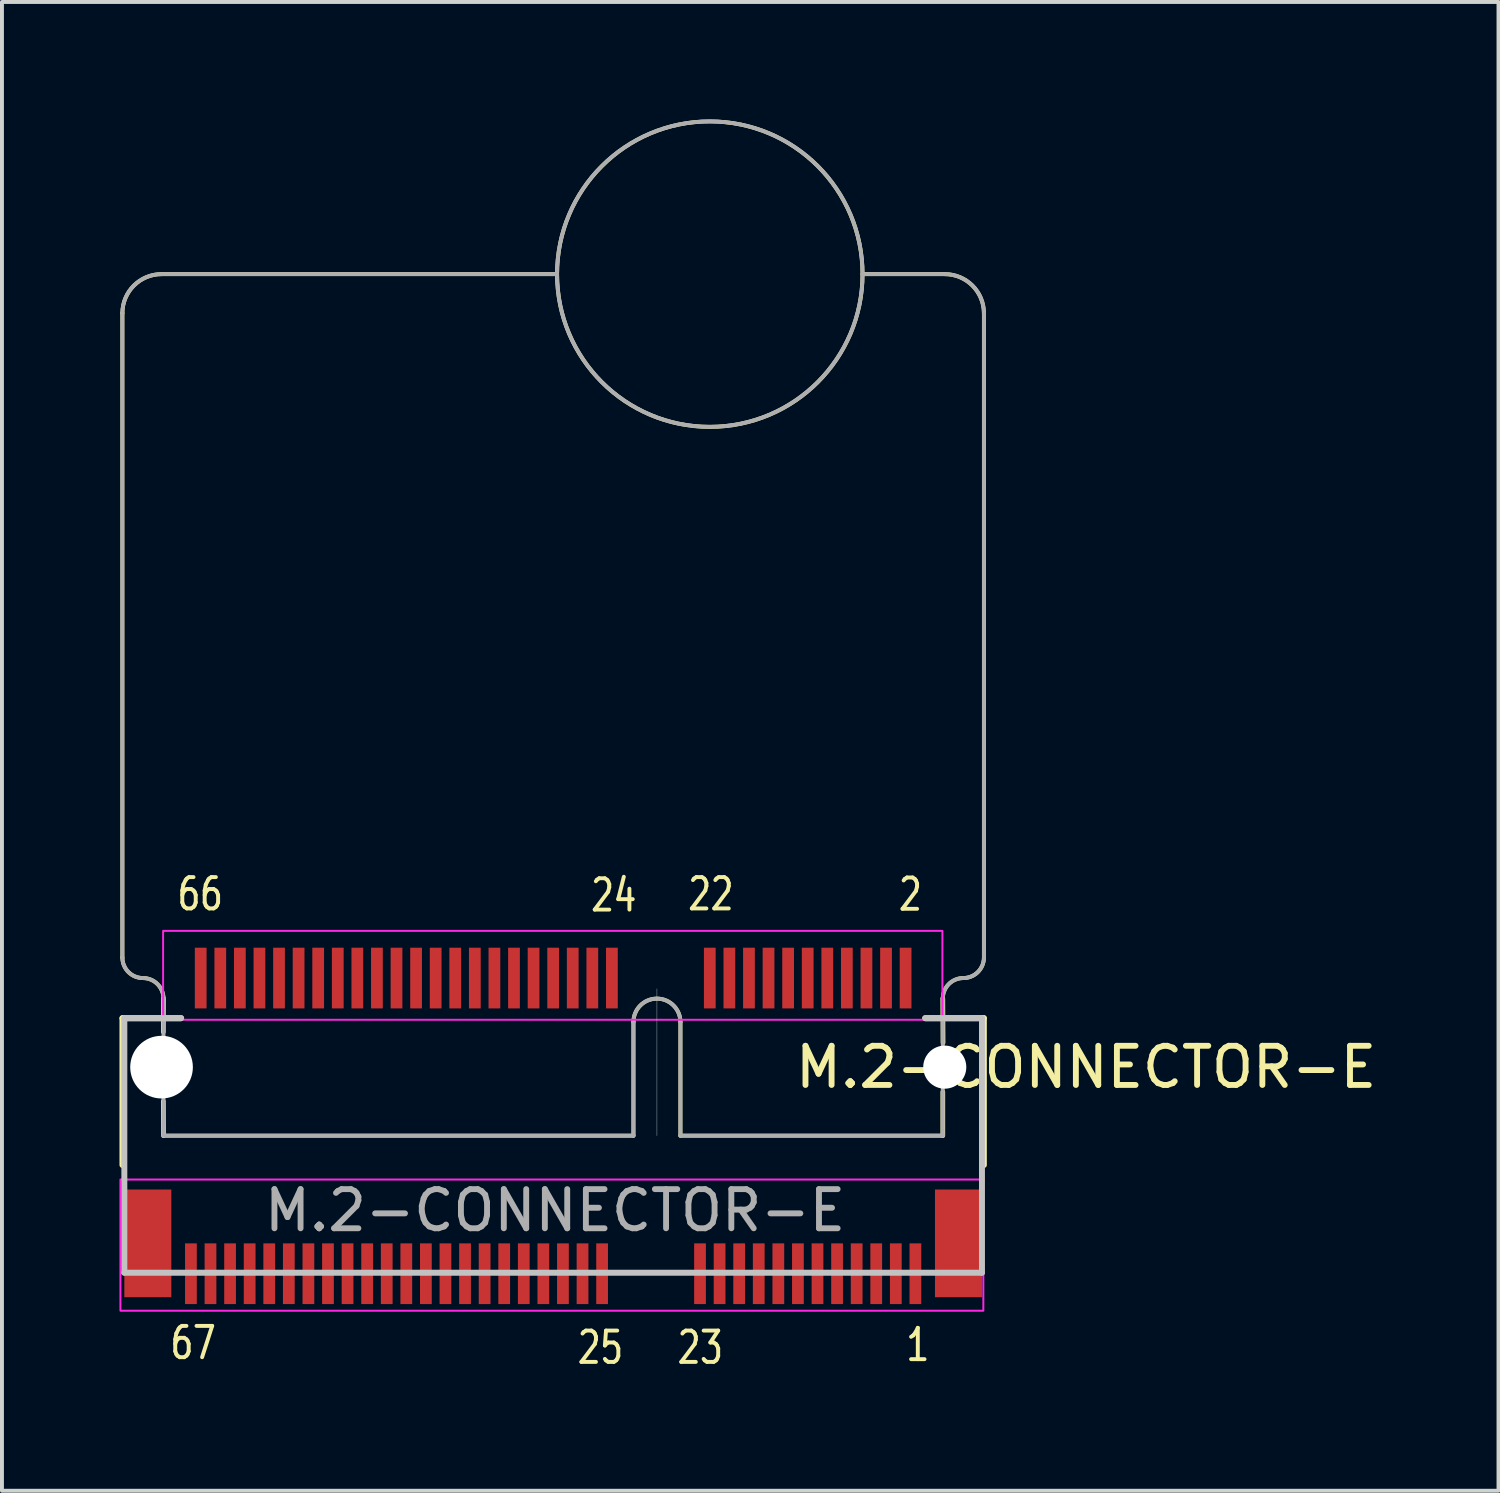
<source format=kicad_pcb>
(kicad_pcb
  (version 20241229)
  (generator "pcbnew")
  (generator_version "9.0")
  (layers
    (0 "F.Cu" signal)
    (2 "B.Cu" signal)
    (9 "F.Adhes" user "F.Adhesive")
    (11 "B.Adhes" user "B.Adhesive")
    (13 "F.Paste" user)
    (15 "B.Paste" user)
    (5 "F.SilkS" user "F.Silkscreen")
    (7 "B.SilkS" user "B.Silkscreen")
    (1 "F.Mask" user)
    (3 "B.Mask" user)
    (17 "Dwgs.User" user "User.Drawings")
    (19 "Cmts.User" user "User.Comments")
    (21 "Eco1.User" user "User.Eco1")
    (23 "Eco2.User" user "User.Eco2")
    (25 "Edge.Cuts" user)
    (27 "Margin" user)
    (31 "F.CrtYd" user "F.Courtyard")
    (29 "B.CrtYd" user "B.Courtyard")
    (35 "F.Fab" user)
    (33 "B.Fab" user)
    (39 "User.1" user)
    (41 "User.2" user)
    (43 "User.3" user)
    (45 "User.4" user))
  (footprint "M.2-CONNECTOR-E"
    (layer "F.Cu")
    (at 11.075 24.2)
    (property "Reference" "M.2-CONNECTOR-E" (at 13.61 0 0) (layer "F.SilkS") (effects (font (size 1 1) (thickness 0.15))))
    (attr smd)
    (fp_line (start -11 -19.25) (end -11 -2.8) (stroke (width 0.1) (type solid)) (layer "F.SilkS"))
    (fp_line (start -10.998 2.499) (end -10.998 -1.25) (stroke (width 0.152) (type solid)) (layer "F.SilkS"))
    (fp_line (start -9.95 -1.75) (end -9.954 -0.898) (stroke (width 0.12) (type default)) (layer "F.SilkS"))
    (fp_line (start -9.95 1.75) (end -9.954 0.868) (stroke (width 0.12) (type default)) (layer "F.SilkS"))
    (fp_line (start -9.5 -1.25) (end -10.998 -1.25) (stroke (width 0.152) (type solid)) (layer "F.SilkS"))
    (fp_line (start 0.1 -20.25) (end -10 -20.25) (stroke (width 0.1) (type solid)) (layer "F.SilkS"))
    (fp_line (start 2.05 -1.15) (end 2.05 1.75) (stroke (width 0.1) (type solid)) (layer "F.SilkS"))
    (fp_line (start 2.05 1.75) (end -9.95 1.75) (stroke (width 0.1) (type solid)) (layer "F.SilkS"))
    (fp_line (start 3.25 -1.15) (end 3.25 1.75) (stroke (width 0.1) (type solid)) (layer "F.SilkS"))
    (fp_line (start 9.95 -1.75) (end 9.956 -0.624) (stroke (width 0.12) (type default)) (layer "F.SilkS"))
    (fp_line (start 9.95 1.75) (end 3.25 1.75) (stroke (width 0.1) (type solid)) (layer "F.SilkS"))
    (fp_line (start 9.95 1.75) (end 9.95 0.632) (stroke (width 0.12) (type default)) (layer "F.SilkS"))
    (fp_line (start 10 -20.25) (end 7.9 -20.25) (stroke (width 0.1) (type solid)) (layer "F.SilkS"))
    (fp_line (start 10.998 -1.25) (end 9.5 -1.25) (stroke (width 0.152) (type solid)) (layer "F.SilkS"))
    (fp_line (start 10.998 2.499) (end 10.998 -1.25) (stroke (width 0.152) (type solid)) (layer "F.SilkS"))
    (fp_line (start 11 -19.25) (end 11 -2.8) (stroke (width 0.1) (type solid)) (layer "F.SilkS"))
    (fp_arc (start -11 -19.25) (mid -10.707105 -19.957104) (end -10 -20.25) (stroke (width 0.1) (type solid)) (layer "F.SilkS"))
    (fp_arc (start -10.475 -2.275) (mid -10.846231 -2.428769) (end -11 -2.8) (stroke (width 0.1) (type solid)) (layer "F.SilkS"))
    (fp_arc (start -10.475 -2.275) (mid -10.103769 -2.121231) (end -9.95 -1.75) (stroke (width 0.1) (type solid)) (layer "F.SilkS"))
    (fp_arc (start 2.05 -1.15) (mid 2.65 -1.75) (end 3.25 -1.15) (stroke (width 0.1) (type solid)) (layer "F.SilkS"))
    (fp_arc (start 9.95 -1.75) (mid 10.103769 -2.121231) (end 10.475 -2.275) (stroke (width 0.1) (type solid)) (layer "F.SilkS"))
    (fp_arc (start 10 -20.25) (mid 10.707106 -19.957107) (end 11 -19.25) (stroke (width 0.1) (type solid)) (layer "F.SilkS"))
    (fp_arc (start 11 -2.8) (mid 10.846232 -2.428768) (end 10.475 -2.275) (stroke (width 0.1) (type solid)) (layer "F.SilkS"))
    (fp_circle (center 4 -20.25) (end 7.9 -20.25) (stroke (width 0.1) (type default)) (fill no) (layer "F.SilkS"))
    (fp_line (start -9.398 4.399) (end -9.098 4.399) (stroke (width 0.066) (type solid)) (layer "F.Paste"))
    (fp_line (start -9.398 6.149) (end -9.398 4.399) (stroke (width 0.066) (type solid)) (layer "F.Paste"))
    (fp_line (start -9.398 6.149) (end -9.098 6.149) (stroke (width 0.066) (type solid)) (layer "F.Paste"))
    (fp_line (start -9.149 -3.15) (end -8.849 -3.15) (stroke (width 0.066) (type solid)) (layer "F.Paste"))
    (fp_line (start -9.149 -1.4) (end -9.149 -3.15) (stroke (width 0.066) (type solid)) (layer "F.Paste"))
    (fp_line (start -9.149 -1.4) (end -8.849 -1.4) (stroke (width 0.066) (type solid)) (layer "F.Paste"))
    (fp_line (start -9.098 6.149) (end -9.098 4.399) (stroke (width 0.066) (type solid)) (layer "F.Paste"))
    (fp_line (start -8.898 4.399) (end -8.598 4.399) (stroke (width 0.066) (type solid)) (layer "F.Paste"))
    (fp_line (start -8.898 6.149) (end -8.898 4.399) (stroke (width 0.066) (type solid)) (layer "F.Paste"))
    (fp_line (start -8.898 6.149) (end -8.598 6.149) (stroke (width 0.066) (type solid)) (layer "F.Paste"))
    (fp_line (start -8.849 -1.4) (end -8.849 -3.15) (stroke (width 0.066) (type solid)) (layer "F.Paste"))
    (fp_line (start -8.649 -3.15) (end -8.349 -3.15) (stroke (width 0.066) (type solid)) (layer "F.Paste"))
    (fp_line (start -8.649 -1.4) (end -8.649 -3.15) (stroke (width 0.066) (type solid)) (layer "F.Paste"))
    (fp_line (start -8.649 -1.4) (end -8.349 -1.4) (stroke (width 0.066) (type solid)) (layer "F.Paste"))
    (fp_line (start -8.598 6.149) (end -8.598 4.399) (stroke (width 0.066) (type solid)) (layer "F.Paste"))
    (fp_line (start -8.4 4.399) (end -8.098 4.399) (stroke (width 0.066) (type solid)) (layer "F.Paste"))
    (fp_line (start -8.4 6.149) (end -8.4 4.399) (stroke (width 0.066) (type solid)) (layer "F.Paste"))
    (fp_line (start -8.4 6.149) (end -8.098 6.149) (stroke (width 0.066) (type solid)) (layer "F.Paste"))
    (fp_line (start -8.349 -1.4) (end -8.349 -3.15) (stroke (width 0.066) (type solid)) (layer "F.Paste"))
    (fp_line (start -8.148 -3.15) (end -7.849 -3.15) (stroke (width 0.066) (type solid)) (layer "F.Paste"))
    (fp_line (start -8.148 -1.4) (end -8.148 -3.15) (stroke (width 0.066) (type solid)) (layer "F.Paste"))
    (fp_line (start -8.148 -1.4) (end -7.849 -1.4) (stroke (width 0.066) (type solid)) (layer "F.Paste"))
    (fp_line (start -8.098 6.149) (end -8.098 4.399) (stroke (width 0.066) (type solid)) (layer "F.Paste"))
    (fp_line (start -7.899 4.399) (end -7.6 4.399) (stroke (width 0.066) (type solid)) (layer "F.Paste"))
    (fp_line (start -7.899 6.149) (end -7.899 4.399) (stroke (width 0.066) (type solid)) (layer "F.Paste"))
    (fp_line (start -7.899 6.149) (end -7.6 6.149) (stroke (width 0.066) (type solid)) (layer "F.Paste"))
    (fp_line (start -7.849 -1.4) (end -7.849 -3.15) (stroke (width 0.066) (type solid)) (layer "F.Paste"))
    (fp_line (start -7.648 -3.15) (end -7.348 -3.15) (stroke (width 0.066) (type solid)) (layer "F.Paste"))
    (fp_line (start -7.648 -1.4) (end -7.648 -3.15) (stroke (width 0.066) (type solid)) (layer "F.Paste"))
    (fp_line (start -7.648 -1.4) (end -7.348 -1.4) (stroke (width 0.066) (type solid)) (layer "F.Paste"))
    (fp_line (start -7.6 6.149) (end -7.6 4.399) (stroke (width 0.066) (type solid)) (layer "F.Paste"))
    (fp_line (start -7.399 4.399) (end -7.099 4.399) (stroke (width 0.066) (type solid)) (layer "F.Paste"))
    (fp_line (start -7.399 6.149) (end -7.399 4.399) (stroke (width 0.066) (type solid)) (layer "F.Paste"))
    (fp_line (start -7.399 6.149) (end -7.099 6.149) (stroke (width 0.066) (type solid)) (layer "F.Paste"))
    (fp_line (start -7.348 -1.4) (end -7.348 -3.15) (stroke (width 0.066) (type solid)) (layer "F.Paste"))
    (fp_line (start -7.148 -3.15) (end -6.848 -3.15) (stroke (width 0.066) (type solid)) (layer "F.Paste"))
    (fp_line (start -7.148 -1.4) (end -7.148 -3.15) (stroke (width 0.066) (type solid)) (layer "F.Paste"))
    (fp_line (start -7.148 -1.4) (end -6.848 -1.4) (stroke (width 0.066) (type solid)) (layer "F.Paste"))
    (fp_line (start -7.099 6.149) (end -7.099 4.399) (stroke (width 0.066) (type solid)) (layer "F.Paste"))
    (fp_line (start -6.899 4.399) (end -6.599 4.399) (stroke (width 0.066) (type solid)) (layer "F.Paste"))
    (fp_line (start -6.899 6.149) (end -6.899 4.399) (stroke (width 0.066) (type solid)) (layer "F.Paste"))
    (fp_line (start -6.899 6.149) (end -6.599 6.149) (stroke (width 0.066) (type solid)) (layer "F.Paste"))
    (fp_line (start -6.848 -1.4) (end -6.848 -3.15) (stroke (width 0.066) (type solid)) (layer "F.Paste"))
    (fp_line (start -6.65 -3.15) (end -6.35 -3.15) (stroke (width 0.066) (type solid)) (layer "F.Paste"))
    (fp_line (start -6.65 -1.4) (end -6.65 -3.15) (stroke (width 0.066) (type solid)) (layer "F.Paste"))
    (fp_line (start -6.65 -1.4) (end -6.35 -1.4) (stroke (width 0.066) (type solid)) (layer "F.Paste"))
    (fp_line (start -6.599 6.149) (end -6.599 4.399) (stroke (width 0.066) (type solid)) (layer "F.Paste"))
    (fp_line (start -6.398 4.399) (end -6.099 4.399) (stroke (width 0.066) (type solid)) (layer "F.Paste"))
    (fp_line (start -6.398 6.149) (end -6.398 4.399) (stroke (width 0.066) (type solid)) (layer "F.Paste"))
    (fp_line (start -6.398 6.149) (end -6.099 6.149) (stroke (width 0.066) (type solid)) (layer "F.Paste"))
    (fp_line (start -6.35 -1.4) (end -6.35 -3.15) (stroke (width 0.066) (type solid)) (layer "F.Paste"))
    (fp_line (start -6.149 -3.15) (end -5.85 -3.15) (stroke (width 0.066) (type solid)) (layer "F.Paste"))
    (fp_line (start -6.149 -1.4) (end -6.149 -3.15) (stroke (width 0.066) (type solid)) (layer "F.Paste"))
    (fp_line (start -6.149 -1.4) (end -5.85 -1.4) (stroke (width 0.066) (type solid)) (layer "F.Paste"))
    (fp_line (start -6.099 6.149) (end -6.099 4.399) (stroke (width 0.066) (type solid)) (layer "F.Paste"))
    (fp_line (start -5.898 4.399) (end -5.598 4.399) (stroke (width 0.066) (type solid)) (layer "F.Paste"))
    (fp_line (start -5.898 6.149) (end -5.898 4.399) (stroke (width 0.066) (type solid)) (layer "F.Paste"))
    (fp_line (start -5.898 6.149) (end -5.598 6.149) (stroke (width 0.066) (type solid)) (layer "F.Paste"))
    (fp_line (start -5.85 -1.4) (end -5.85 -3.15) (stroke (width 0.066) (type solid)) (layer "F.Paste"))
    (fp_line (start -5.649 -3.15) (end -5.349 -3.15) (stroke (width 0.066) (type solid)) (layer "F.Paste"))
    (fp_line (start -5.649 -1.4) (end -5.649 -3.15) (stroke (width 0.066) (type solid)) (layer "F.Paste"))
    (fp_line (start -5.649 -1.4) (end -5.349 -1.4) (stroke (width 0.066) (type solid)) (layer "F.Paste"))
    (fp_line (start -5.598 6.149) (end -5.598 4.399) (stroke (width 0.066) (type solid)) (layer "F.Paste"))
    (fp_line (start -5.397 4.399) (end -5.098 4.399) (stroke (width 0.066) (type solid)) (layer "F.Paste"))
    (fp_line (start -5.397 6.149) (end -5.397 4.399) (stroke (width 0.066) (type solid)) (layer "F.Paste"))
    (fp_line (start -5.397 6.149) (end -5.098 6.149) (stroke (width 0.066) (type solid)) (layer "F.Paste"))
    (fp_line (start -5.349 -1.4) (end -5.349 -3.15) (stroke (width 0.066) (type solid)) (layer "F.Paste"))
    (fp_line (start -5.149 -3.15) (end -4.849 -3.15) (stroke (width 0.066) (type solid)) (layer "F.Paste"))
    (fp_line (start -5.149 -1.4) (end -5.149 -3.15) (stroke (width 0.066) (type solid)) (layer "F.Paste"))
    (fp_line (start -5.149 -1.4) (end -4.849 -1.4) (stroke (width 0.066) (type solid)) (layer "F.Paste"))
    (fp_line (start -5.098 6.149) (end -5.098 4.399) (stroke (width 0.066) (type solid)) (layer "F.Paste"))
    (fp_line (start -4.9 4.399) (end -4.6 4.399) (stroke (width 0.066) (type solid)) (layer "F.Paste"))
    (fp_line (start -4.9 6.149) (end -4.9 4.399) (stroke (width 0.066) (type solid)) (layer "F.Paste"))
    (fp_line (start -4.9 6.149) (end -4.6 6.149) (stroke (width 0.066) (type solid)) (layer "F.Paste"))
    (fp_line (start -4.849 -1.4) (end -4.849 -3.15) (stroke (width 0.066) (type solid)) (layer "F.Paste"))
    (fp_line (start -4.648 -3.15) (end -4.348 -3.15) (stroke (width 0.066) (type solid)) (layer "F.Paste"))
    (fp_line (start -4.648 -1.4) (end -4.648 -3.15) (stroke (width 0.066) (type solid)) (layer "F.Paste"))
    (fp_line (start -4.648 -1.4) (end -4.348 -1.4) (stroke (width 0.066) (type solid)) (layer "F.Paste"))
    (fp_line (start -4.6 6.149) (end -4.6 4.399) (stroke (width 0.066) (type solid)) (layer "F.Paste"))
    (fp_line (start -4.399 4.399) (end -4.1 4.399) (stroke (width 0.066) (type solid)) (layer "F.Paste"))
    (fp_line (start -4.399 6.149) (end -4.399 4.399) (stroke (width 0.066) (type solid)) (layer "F.Paste"))
    (fp_line (start -4.399 6.149) (end -4.1 6.149) (stroke (width 0.066) (type solid)) (layer "F.Paste"))
    (fp_line (start -4.348 -1.4) (end -4.348 -3.15) (stroke (width 0.066) (type solid)) (layer "F.Paste"))
    (fp_line (start -4.148 -3.15) (end -3.848 -3.15) (stroke (width 0.066) (type solid)) (layer "F.Paste"))
    (fp_line (start -4.148 -1.4) (end -4.148 -3.15) (stroke (width 0.066) (type solid)) (layer "F.Paste"))
    (fp_line (start -4.148 -1.4) (end -3.848 -1.4) (stroke (width 0.066) (type solid)) (layer "F.Paste"))
    (fp_line (start -4.1 6.149) (end -4.1 4.399) (stroke (width 0.066) (type solid)) (layer "F.Paste"))
    (fp_line (start -3.899 4.399) (end -3.599 4.399) (stroke (width 0.066) (type solid)) (layer "F.Paste"))
    (fp_line (start -3.899 6.149) (end -3.899 4.399) (stroke (width 0.066) (type solid)) (layer "F.Paste"))
    (fp_line (start -3.899 6.149) (end -3.599 6.149) (stroke (width 0.066) (type solid)) (layer "F.Paste"))
    (fp_line (start -3.848 -1.4) (end -3.848 -3.15) (stroke (width 0.066) (type solid)) (layer "F.Paste"))
    (fp_line (start -3.65 -3.15) (end -3.348 -3.15) (stroke (width 0.066) (type solid)) (layer "F.Paste"))
    (fp_line (start -3.65 -1.4) (end -3.65 -3.15) (stroke (width 0.066) (type solid)) (layer "F.Paste"))
    (fp_line (start -3.65 -1.4) (end -3.348 -1.4) (stroke (width 0.066) (type solid)) (layer "F.Paste"))
    (fp_line (start -3.599 6.149) (end -3.599 4.399) (stroke (width 0.066) (type solid)) (layer "F.Paste"))
    (fp_line (start -3.399 4.399) (end -3.099 4.399) (stroke (width 0.066) (type solid)) (layer "F.Paste"))
    (fp_line (start -3.399 6.149) (end -3.399 4.399) (stroke (width 0.066) (type solid)) (layer "F.Paste"))
    (fp_line (start -3.399 6.149) (end -3.099 6.149) (stroke (width 0.066) (type solid)) (layer "F.Paste"))
    (fp_line (start -3.348 -1.4) (end -3.348 -3.15) (stroke (width 0.066) (type solid)) (layer "F.Paste"))
    (fp_line (start -3.15 -3.15) (end -2.85 -3.15) (stroke (width 0.066) (type solid)) (layer "F.Paste"))
    (fp_line (start -3.15 -1.4) (end -3.15 -3.15) (stroke (width 0.066) (type solid)) (layer "F.Paste"))
    (fp_line (start -3.15 -1.4) (end -2.85 -1.4) (stroke (width 0.066) (type solid)) (layer "F.Paste"))
    (fp_line (start -3.099 6.149) (end -3.099 4.399) (stroke (width 0.066) (type solid)) (layer "F.Paste"))
    (fp_line (start -2.898 4.399) (end -2.598 4.399) (stroke (width 0.066) (type solid)) (layer "F.Paste"))
    (fp_line (start -2.898 6.149) (end -2.898 4.399) (stroke (width 0.066) (type solid)) (layer "F.Paste"))
    (fp_line (start -2.898 6.149) (end -2.598 6.149) (stroke (width 0.066) (type solid)) (layer "F.Paste"))
    (fp_line (start -2.85 -1.4) (end -2.85 -3.15) (stroke (width 0.066) (type solid)) (layer "F.Paste"))
    (fp_line (start -2.649 -3.15) (end -2.349 -3.15) (stroke (width 0.066) (type solid)) (layer "F.Paste"))
    (fp_line (start -2.649 -1.4) (end -2.649 -3.15) (stroke (width 0.066) (type solid)) (layer "F.Paste"))
    (fp_line (start -2.649 -1.4) (end -2.349 -1.4) (stroke (width 0.066) (type solid)) (layer "F.Paste"))
    (fp_line (start -2.598 6.149) (end -2.598 4.399) (stroke (width 0.066) (type solid)) (layer "F.Paste"))
    (fp_line (start -2.398 4.399) (end -2.098 4.399) (stroke (width 0.066) (type solid)) (layer "F.Paste"))
    (fp_line (start -2.398 6.149) (end -2.398 4.399) (stroke (width 0.066) (type solid)) (layer "F.Paste"))
    (fp_line (start -2.398 6.149) (end -2.098 6.149) (stroke (width 0.066) (type solid)) (layer "F.Paste"))
    (fp_line (start -2.349 -1.4) (end -2.349 -3.15) (stroke (width 0.066) (type solid)) (layer "F.Paste"))
    (fp_line (start -2.149 -3.15) (end -1.849 -3.15) (stroke (width 0.066) (type solid)) (layer "F.Paste"))
    (fp_line (start -2.149 -1.4) (end -2.149 -3.15) (stroke (width 0.066) (type solid)) (layer "F.Paste"))
    (fp_line (start -2.149 -1.4) (end -1.849 -1.4) (stroke (width 0.066) (type solid)) (layer "F.Paste"))
    (fp_line (start -2.098 6.149) (end -2.098 4.399) (stroke (width 0.066) (type solid)) (layer "F.Paste"))
    (fp_line (start -1.9 4.399) (end -1.598 4.399) (stroke (width 0.066) (type solid)) (layer "F.Paste"))
    (fp_line (start -1.9 6.149) (end -1.9 4.399) (stroke (width 0.066) (type solid)) (layer "F.Paste"))
    (fp_line (start -1.9 6.149) (end -1.598 6.149) (stroke (width 0.066) (type solid)) (layer "F.Paste"))
    (fp_line (start -1.849 -1.4) (end -1.849 -3.15) (stroke (width 0.066) (type solid)) (layer "F.Paste"))
    (fp_line (start -1.648 -3.15) (end -1.349 -3.15) (stroke (width 0.066) (type solid)) (layer "F.Paste"))
    (fp_line (start -1.648 -1.4) (end -1.648 -3.15) (stroke (width 0.066) (type solid)) (layer "F.Paste"))
    (fp_line (start -1.648 -1.4) (end -1.349 -1.4) (stroke (width 0.066) (type solid)) (layer "F.Paste"))
    (fp_line (start -1.598 6.149) (end -1.598 4.399) (stroke (width 0.066) (type solid)) (layer "F.Paste"))
    (fp_line (start -1.4 4.399) (end -1.1 4.399) (stroke (width 0.066) (type solid)) (layer "F.Paste"))
    (fp_line (start -1.4 6.149) (end -1.4 4.399) (stroke (width 0.066) (type solid)) (layer "F.Paste"))
    (fp_line (start -1.4 6.149) (end -1.1 6.149) (stroke (width 0.066) (type solid)) (layer "F.Paste"))
    (fp_line (start -1.349 -1.4) (end -1.349 -3.15) (stroke (width 0.066) (type solid)) (layer "F.Paste"))
    (fp_line (start -1.148 -3.15) (end -0.848 -3.15) (stroke (width 0.066) (type solid)) (layer "F.Paste"))
    (fp_line (start -1.148 -1.4) (end -1.148 -3.15) (stroke (width 0.066) (type solid)) (layer "F.Paste"))
    (fp_line (start -1.148 -1.4) (end -0.848 -1.4) (stroke (width 0.066) (type solid)) (layer "F.Paste"))
    (fp_line (start -1.1 6.149) (end -1.1 4.399) (stroke (width 0.066) (type solid)) (layer "F.Paste"))
    (fp_line (start -0.899 4.399) (end -0.599 4.399) (stroke (width 0.066) (type solid)) (layer "F.Paste"))
    (fp_line (start -0.899 6.149) (end -0.899 4.399) (stroke (width 0.066) (type solid)) (layer "F.Paste"))
    (fp_line (start -0.899 6.149) (end -0.599 6.149) (stroke (width 0.066) (type solid)) (layer "F.Paste"))
    (fp_line (start -0.848 -1.4) (end -0.848 -3.15) (stroke (width 0.066) (type solid)) (layer "F.Paste"))
    (fp_line (start -0.648 -3.15) (end -0.348 -3.15) (stroke (width 0.066) (type solid)) (layer "F.Paste"))
    (fp_line (start -0.648 -1.4) (end -0.648 -3.15) (stroke (width 0.066) (type solid)) (layer "F.Paste"))
    (fp_line (start -0.648 -1.4) (end -0.348 -1.4) (stroke (width 0.066) (type solid)) (layer "F.Paste"))
    (fp_line (start -0.599 6.149) (end -0.599 4.399) (stroke (width 0.066) (type solid)) (layer "F.Paste"))
    (fp_line (start -0.399 4.399) (end -0.099 4.399) (stroke (width 0.066) (type solid)) (layer "F.Paste"))
    (fp_line (start -0.399 6.149) (end -0.399 4.399) (stroke (width 0.066) (type solid)) (layer "F.Paste"))
    (fp_line (start -0.399 6.149) (end -0.099 6.149) (stroke (width 0.066) (type solid)) (layer "F.Paste"))
    (fp_line (start -0.348 -1.4) (end -0.348 -3.15) (stroke (width 0.066) (type solid)) (layer "F.Paste"))
    (fp_line (start -0.15 -3.15) (end 0.15 -3.15) (stroke (width 0.066) (type solid)) (layer "F.Paste"))
    (fp_line (start -0.15 -1.4) (end -0.15 -3.15) (stroke (width 0.066) (type solid)) (layer "F.Paste"))
    (fp_line (start -0.15 -1.4) (end 0.15 -1.4) (stroke (width 0.066) (type solid)) (layer "F.Paste"))
    (fp_line (start -0.099 6.149) (end -0.099 4.399) (stroke (width 0.066) (type solid)) (layer "F.Paste"))
    (fp_line (start 0.099 4.399) (end 0.399 4.399) (stroke (width 0.066) (type solid)) (layer "F.Paste"))
    (fp_line (start 0.099 6.149) (end 0.099 4.399) (stroke (width 0.066) (type solid)) (layer "F.Paste"))
    (fp_line (start 0.099 6.149) (end 0.399 6.149) (stroke (width 0.066) (type solid)) (layer "F.Paste"))
    (fp_line (start 0.15 -1.4) (end 0.15 -3.15) (stroke (width 0.066) (type solid)) (layer "F.Paste"))
    (fp_line (start 0.348 -3.15) (end 0.648 -3.15) (stroke (width 0.066) (type solid)) (layer "F.Paste"))
    (fp_line (start 0.348 -1.4) (end 0.348 -3.15) (stroke (width 0.066) (type solid)) (layer "F.Paste"))
    (fp_line (start 0.348 -1.4) (end 0.648 -1.4) (stroke (width 0.066) (type solid)) (layer "F.Paste"))
    (fp_line (start 0.399 6.149) (end 0.399 4.399) (stroke (width 0.066) (type solid)) (layer "F.Paste"))
    (fp_line (start 0.599 4.399) (end 0.899 4.399) (stroke (width 0.066) (type solid)) (layer "F.Paste"))
    (fp_line (start 0.599 6.149) (end 0.599 4.399) (stroke (width 0.066) (type solid)) (layer "F.Paste"))
    (fp_line (start 0.599 6.149) (end 0.899 6.149) (stroke (width 0.066) (type solid)) (layer "F.Paste"))
    (fp_line (start 0.648 -1.4) (end 0.648 -3.15) (stroke (width 0.066) (type solid)) (layer "F.Paste"))
    (fp_line (start 0.848 -3.15) (end 1.148 -3.15) (stroke (width 0.066) (type solid)) (layer "F.Paste"))
    (fp_line (start 0.848 -1.4) (end 0.848 -3.15) (stroke (width 0.066) (type solid)) (layer "F.Paste"))
    (fp_line (start 0.848 -1.4) (end 1.148 -1.4) (stroke (width 0.066) (type solid)) (layer "F.Paste"))
    (fp_line (start 0.899 6.149) (end 0.899 4.399) (stroke (width 0.066) (type solid)) (layer "F.Paste"))
    (fp_line (start 1.1 4.399) (end 1.4 4.399) (stroke (width 0.066) (type solid)) (layer "F.Paste"))
    (fp_line (start 1.1 6.149) (end 1.1 4.399) (stroke (width 0.066) (type solid)) (layer "F.Paste"))
    (fp_line (start 1.1 6.149) (end 1.4 6.149) (stroke (width 0.066) (type solid)) (layer "F.Paste"))
    (fp_line (start 1.148 -1.4) (end 1.148 -3.15) (stroke (width 0.066) (type solid)) (layer "F.Paste"))
    (fp_line (start 1.349 -3.15) (end 1.648 -3.15) (stroke (width 0.066) (type solid)) (layer "F.Paste"))
    (fp_line (start 1.349 -1.4) (end 1.349 -3.15) (stroke (width 0.066) (type solid)) (layer "F.Paste"))
    (fp_line (start 1.349 -1.4) (end 1.648 -1.4) (stroke (width 0.066) (type solid)) (layer "F.Paste"))
    (fp_line (start 1.4 6.149) (end 1.4 4.399) (stroke (width 0.066) (type solid)) (layer "F.Paste"))
    (fp_line (start 1.648 -1.4) (end 1.648 -3.15) (stroke (width 0.066) (type solid)) (layer "F.Paste"))
    (fp_line (start 3.599 4.399) (end 3.899 4.399) (stroke (width 0.066) (type solid)) (layer "F.Paste"))
    (fp_line (start 3.599 6.149) (end 3.599 4.399) (stroke (width 0.066) (type solid)) (layer "F.Paste"))
    (fp_line (start 3.599 6.149) (end 3.899 6.149) (stroke (width 0.066) (type solid)) (layer "F.Paste"))
    (fp_line (start 3.848 -3.15) (end 4.148 -3.15) (stroke (width 0.066) (type solid)) (layer "F.Paste"))
    (fp_line (start 3.848 -1.4) (end 3.848 -3.15) (stroke (width 0.066) (type solid)) (layer "F.Paste"))
    (fp_line (start 3.848 -1.4) (end 4.148 -1.4) (stroke (width 0.066) (type solid)) (layer "F.Paste"))
    (fp_line (start 3.899 6.149) (end 3.899 4.399) (stroke (width 0.066) (type solid)) (layer "F.Paste"))
    (fp_line (start 4.1 4.399) (end 4.399 4.399) (stroke (width 0.066) (type solid)) (layer "F.Paste"))
    (fp_line (start 4.1 6.149) (end 4.1 4.399) (stroke (width 0.066) (type solid)) (layer "F.Paste"))
    (fp_line (start 4.1 6.149) (end 4.399 6.149) (stroke (width 0.066) (type solid)) (layer "F.Paste"))
    (fp_line (start 4.148 -1.4) (end 4.148 -3.15) (stroke (width 0.066) (type solid)) (layer "F.Paste"))
    (fp_line (start 4.348 -3.15) (end 4.648 -3.15) (stroke (width 0.066) (type solid)) (layer "F.Paste"))
    (fp_line (start 4.348 -1.4) (end 4.348 -3.15) (stroke (width 0.066) (type solid)) (layer "F.Paste"))
    (fp_line (start 4.348 -1.4) (end 4.648 -1.4) (stroke (width 0.066) (type solid)) (layer "F.Paste"))
    (fp_line (start 4.399 6.149) (end 4.399 4.399) (stroke (width 0.066) (type solid)) (layer "F.Paste"))
    (fp_line (start 4.6 4.399) (end 4.9 4.399) (stroke (width 0.066) (type solid)) (layer "F.Paste"))
    (fp_line (start 4.6 6.149) (end 4.6 4.399) (stroke (width 0.066) (type solid)) (layer "F.Paste"))
    (fp_line (start 4.6 6.149) (end 4.9 6.149) (stroke (width 0.066) (type solid)) (layer "F.Paste"))
    (fp_line (start 4.648 -1.4) (end 4.648 -3.15) (stroke (width 0.066) (type solid)) (layer "F.Paste"))
    (fp_line (start 4.849 -3.15) (end 5.149 -3.15) (stroke (width 0.066) (type solid)) (layer "F.Paste"))
    (fp_line (start 4.849 -1.4) (end 4.849 -3.15) (stroke (width 0.066) (type solid)) (layer "F.Paste"))
    (fp_line (start 4.849 -1.4) (end 5.149 -1.4) (stroke (width 0.066) (type solid)) (layer "F.Paste"))
    (fp_line (start 4.9 6.149) (end 4.9 4.399) (stroke (width 0.066) (type solid)) (layer "F.Paste"))
    (fp_line (start 5.098 4.399) (end 5.397 4.399) (stroke (width 0.066) (type solid)) (layer "F.Paste"))
    (fp_line (start 5.098 6.149) (end 5.098 4.399) (stroke (width 0.066) (type solid)) (layer "F.Paste"))
    (fp_line (start 5.098 6.149) (end 5.397 6.149) (stroke (width 0.066) (type solid)) (layer "F.Paste"))
    (fp_line (start 5.149 -1.4) (end 5.149 -3.15) (stroke (width 0.066) (type solid)) (layer "F.Paste"))
    (fp_line (start 5.349 -3.15) (end 5.649 -3.15) (stroke (width 0.066) (type solid)) (layer "F.Paste"))
    (fp_line (start 5.349 -1.4) (end 5.349 -3.15) (stroke (width 0.066) (type solid)) (layer "F.Paste"))
    (fp_line (start 5.349 -1.4) (end 5.649 -1.4) (stroke (width 0.066) (type solid)) (layer "F.Paste"))
    (fp_line (start 5.397 6.149) (end 5.397 4.399) (stroke (width 0.066) (type solid)) (layer "F.Paste"))
    (fp_line (start 5.598 4.399) (end 5.898 4.399) (stroke (width 0.066) (type solid)) (layer "F.Paste"))
    (fp_line (start 5.598 6.149) (end 5.598 4.399) (stroke (width 0.066) (type solid)) (layer "F.Paste"))
    (fp_line (start 5.598 6.149) (end 5.898 6.149) (stroke (width 0.066) (type solid)) (layer "F.Paste"))
    (fp_line (start 5.649 -1.4) (end 5.649 -3.15) (stroke (width 0.066) (type solid)) (layer "F.Paste"))
    (fp_line (start 5.85 -3.15) (end 6.149 -3.15) (stroke (width 0.066) (type solid)) (layer "F.Paste"))
    (fp_line (start 5.85 -1.4) (end 5.85 -3.15) (stroke (width 0.066) (type solid)) (layer "F.Paste"))
    (fp_line (start 5.85 -1.4) (end 6.149 -1.4) (stroke (width 0.066) (type solid)) (layer "F.Paste"))
    (fp_line (start 5.898 6.149) (end 5.898 4.399) (stroke (width 0.066) (type solid)) (layer "F.Paste"))
    (fp_line (start 6.099 4.399) (end 6.398 4.399) (stroke (width 0.066) (type solid)) (layer "F.Paste"))
    (fp_line (start 6.099 6.149) (end 6.099 4.399) (stroke (width 0.066) (type solid)) (layer "F.Paste"))
    (fp_line (start 6.099 6.149) (end 6.398 6.149) (stroke (width 0.066) (type solid)) (layer "F.Paste"))
    (fp_line (start 6.149 -1.4) (end 6.149 -3.15) (stroke (width 0.066) (type solid)) (layer "F.Paste"))
    (fp_line (start 6.35 -3.15) (end 6.65 -3.15) (stroke (width 0.066) (type solid)) (layer "F.Paste"))
    (fp_line (start 6.35 -1.4) (end 6.35 -3.15) (stroke (width 0.066) (type solid)) (layer "F.Paste"))
    (fp_line (start 6.35 -1.4) (end 6.65 -1.4) (stroke (width 0.066) (type solid)) (layer "F.Paste"))
    (fp_line (start 6.398 6.149) (end 6.398 4.399) (stroke (width 0.066) (type solid)) (layer "F.Paste"))
    (fp_line (start 6.599 4.399) (end 6.899 4.399) (stroke (width 0.066) (type solid)) (layer "F.Paste"))
    (fp_line (start 6.599 6.149) (end 6.599 4.399) (stroke (width 0.066) (type solid)) (layer "F.Paste"))
    (fp_line (start 6.599 6.149) (end 6.899 6.149) (stroke (width 0.066) (type solid)) (layer "F.Paste"))
    (fp_line (start 6.65 -1.4) (end 6.65 -3.15) (stroke (width 0.066) (type solid)) (layer "F.Paste"))
    (fp_line (start 6.848 -3.15) (end 7.148 -3.15) (stroke (width 0.066) (type solid)) (layer "F.Paste"))
    (fp_line (start 6.848 -1.4) (end 6.848 -3.15) (stroke (width 0.066) (type solid)) (layer "F.Paste"))
    (fp_line (start 6.848 -1.4) (end 7.148 -1.4) (stroke (width 0.066) (type solid)) (layer "F.Paste"))
    (fp_line (start 6.899 6.149) (end 6.899 4.399) (stroke (width 0.066) (type solid)) (layer "F.Paste"))
    (fp_line (start 7.099 4.399) (end 7.399 4.399) (stroke (width 0.066) (type solid)) (layer "F.Paste"))
    (fp_line (start 7.099 6.149) (end 7.099 4.399) (stroke (width 0.066) (type solid)) (layer "F.Paste"))
    (fp_line (start 7.099 6.149) (end 7.399 6.149) (stroke (width 0.066) (type solid)) (layer "F.Paste"))
    (fp_line (start 7.148 -1.4) (end 7.148 -3.15) (stroke (width 0.066) (type solid)) (layer "F.Paste"))
    (fp_line (start 7.348 -3.15) (end 7.648 -3.15) (stroke (width 0.066) (type solid)) (layer "F.Paste"))
    (fp_line (start 7.348 -1.4) (end 7.348 -3.15) (stroke (width 0.066) (type solid)) (layer "F.Paste"))
    (fp_line (start 7.348 -1.4) (end 7.648 -1.4) (stroke (width 0.066) (type solid)) (layer "F.Paste"))
    (fp_line (start 7.399 6.149) (end 7.399 4.399) (stroke (width 0.066) (type solid)) (layer "F.Paste"))
    (fp_line (start 7.6 4.399) (end 7.899 4.399) (stroke (width 0.066) (type solid)) (layer "F.Paste"))
    (fp_line (start 7.6 6.149) (end 7.6 4.399) (stroke (width 0.066) (type solid)) (layer "F.Paste"))
    (fp_line (start 7.6 6.149) (end 7.899 6.149) (stroke (width 0.066) (type solid)) (layer "F.Paste"))
    (fp_line (start 7.648 -1.4) (end 7.648 -3.15) (stroke (width 0.066) (type solid)) (layer "F.Paste"))
    (fp_line (start 7.849 -3.15) (end 8.148 -3.15) (stroke (width 0.066) (type solid)) (layer "F.Paste"))
    (fp_line (start 7.849 -1.4) (end 7.849 -3.15) (stroke (width 0.066) (type solid)) (layer "F.Paste"))
    (fp_line (start 7.849 -1.4) (end 8.148 -1.4) (stroke (width 0.066) (type solid)) (layer "F.Paste"))
    (fp_line (start 7.899 6.149) (end 7.899 4.399) (stroke (width 0.066) (type solid)) (layer "F.Paste"))
    (fp_line (start 8.098 4.399) (end 8.4 4.399) (stroke (width 0.066) (type solid)) (layer "F.Paste"))
    (fp_line (start 8.098 6.149) (end 8.098 4.399) (stroke (width 0.066) (type solid)) (layer "F.Paste"))
    (fp_line (start 8.098 6.149) (end 8.4 6.149) (stroke (width 0.066) (type solid)) (layer "F.Paste"))
    (fp_line (start 8.148 -1.4) (end 8.148 -3.15) (stroke (width 0.066) (type solid)) (layer "F.Paste"))
    (fp_line (start 8.349 -3.15) (end 8.649 -3.15) (stroke (width 0.066) (type solid)) (layer "F.Paste"))
    (fp_line (start 8.349 -1.4) (end 8.349 -3.15) (stroke (width 0.066) (type solid)) (layer "F.Paste"))
    (fp_line (start 8.349 -1.4) (end 8.649 -1.4) (stroke (width 0.066) (type solid)) (layer "F.Paste"))
    (fp_line (start 8.4 6.149) (end 8.4 4.399) (stroke (width 0.066) (type solid)) (layer "F.Paste"))
    (fp_line (start 8.598 4.399) (end 8.898 4.399) (stroke (width 0.066) (type solid)) (layer "F.Paste"))
    (fp_line (start 8.598 6.149) (end 8.598 4.399) (stroke (width 0.066) (type solid)) (layer "F.Paste"))
    (fp_line (start 8.598 6.149) (end 8.898 6.149) (stroke (width 0.066) (type solid)) (layer "F.Paste"))
    (fp_line (start 8.649 -1.4) (end 8.649 -3.15) (stroke (width 0.066) (type solid)) (layer "F.Paste"))
    (fp_line (start 8.849 -3.15) (end 9.149 -3.15) (stroke (width 0.066) (type solid)) (layer "F.Paste"))
    (fp_line (start 8.849 -1.4) (end 8.849 -3.15) (stroke (width 0.066) (type solid)) (layer "F.Paste"))
    (fp_line (start 8.849 -1.4) (end 9.149 -1.4) (stroke (width 0.066) (type solid)) (layer "F.Paste"))
    (fp_line (start 8.898 6.149) (end 8.898 4.399) (stroke (width 0.066) (type solid)) (layer "F.Paste"))
    (fp_line (start 9.098 4.399) (end 9.398 4.399) (stroke (width 0.066) (type solid)) (layer "F.Paste"))
    (fp_line (start 9.098 6.149) (end 9.098 4.399) (stroke (width 0.066) (type solid)) (layer "F.Paste"))
    (fp_line (start 9.098 6.149) (end 9.398 6.149) (stroke (width 0.066) (type solid)) (layer "F.Paste"))
    (fp_line (start 9.149 -1.4) (end 9.149 -3.15) (stroke (width 0.066) (type solid)) (layer "F.Paste"))
    (fp_line (start 9.398 6.149) (end 9.398 4.399) (stroke (width 0.066) (type solid)) (layer "F.Paste"))
    (fp_line (start -10.95 -1.25) (end -10.95 5.248) (stroke (width 0.152) (type solid)) (layer "Dwgs.User"))
    (fp_line (start -10.95 5.25) (end 10.95 5.25) (stroke (width 0.152) (type solid)) (layer "Dwgs.User"))
    (fp_line (start -9.5 -1.25) (end -10.95 -1.25) (stroke (width 0.152) (type solid)) (layer "Dwgs.User"))
    (fp_line (start 2.65 -2) (end 2.65 1.75) (stroke (width 0.01) (type default)) (layer "Dwgs.User"))
    (fp_line (start 10.95 -1.25) (end 9.5 -1.25) (stroke (width 0.152) (type solid)) (layer "Dwgs.User"))
    (fp_line (start 10.95 5.248) (end 10.95 -1.25) (stroke (width 0.152) (type solid)) (layer "Dwgs.User"))
    (fp_rect (start -11.05 2.87) (end 10.985 6.22) (stroke (width 0.05) (type default)) (fill no) (layer "F.CrtYd"))
    (fp_rect (start 9.94 -3.48) (end -9.96 -1.21) (stroke (width 0.05) (type default)) (fill no) (layer "F.CrtYd"))
    (fp_line (start -11 -19.25) (end -11 -2.8) (stroke (width 0.1) (type solid)) (layer "F.Fab"))
    (fp_line (start -9.95 1.75) (end -9.95 -1.75) (stroke (width 0.1) (type solid)) (layer "F.Fab"))
    (fp_line (start 0.1 -20.25) (end -10 -20.25) (stroke (width 0.1) (type solid)) (layer "F.Fab"))
    (fp_line (start 2.05 -1.15) (end 2.05 1.75) (stroke (width 0.1) (type solid)) (layer "F.Fab"))
    (fp_line (start 2.05 1.75) (end -9.95 1.75) (stroke (width 0.1) (type solid)) (layer "F.Fab"))
    (fp_line (start 3.25 -1.15) (end 3.25 1.75) (stroke (width 0.1) (type solid)) (layer "F.Fab"))
    (fp_line (start 9.95 -1.75) (end 9.95 1.75) (stroke (width 0.1) (type solid)) (layer "F.Fab"))
    (fp_line (start 9.95 1.75) (end 3.25 1.75) (stroke (width 0.1) (type solid)) (layer "F.Fab"))
    (fp_line (start 10 -20.25) (end 7.9 -20.25) (stroke (width 0.1) (type solid)) (layer "F.Fab"))
    (fp_line (start 11 -19.25) (end 11 -2.8) (stroke (width 0.1) (type solid)) (layer "F.Fab"))
    (fp_arc (start -11 -19.25) (mid -10.707104 -19.957104) (end -10 -20.25) (stroke (width 0.1) (type solid)) (layer "F.Fab"))
    (fp_arc (start -10.475 -2.275) (mid -10.846231 -2.428769) (end -11 -2.8) (stroke (width 0.1) (type solid)) (layer "F.Fab"))
    (fp_arc (start -10.475 -2.275) (mid -10.103769 -2.121231) (end -9.95 -1.75) (stroke (width 0.1) (type solid)) (layer "F.Fab"))
    (fp_arc (start 2.05 -1.15) (mid 2.65 -1.75) (end 3.25 -1.15) (stroke (width 0.1) (type solid)) (layer "F.Fab"))
    (fp_arc (start 9.95 -1.75) (mid 10.103769 -2.121231) (end 10.475 -2.275) (stroke (width 0.1) (type solid)) (layer "F.Fab"))
    (fp_arc (start 10 -20.25) (mid 10.707106 -19.957107) (end 11 -19.25) (stroke (width 0.1) (type solid)) (layer "F.Fab"))
    (fp_arc (start 11 -2.8) (mid 10.846231 -2.428769) (end 10.475 -2.275) (stroke (width 0.1) (type solid)) (layer "F.Fab"))
    (fp_circle (center 4 -20.25) (end 7.9 -20.25) (stroke (width 0.1) (type default)) (fill no) (layer "F.Fab"))
    (fp_text user "66" (at -9.65 -3.95 0) (unlocked yes) (layer "F.SilkS") (effects (font (size 0.8 0.6) (thickness 0.1)) (justify left bottom)))
    (fp_text user "23" (at 3.12 7.63 0) (unlocked yes) (layer "F.SilkS") (effects (font (size 0.8 0.6) (thickness 0.1)) (justify left bottom)))
    (fp_text user "24" (at 0.91 -3.92 0) (unlocked yes) (layer "F.SilkS") (effects (font (size 0.8 0.6) (thickness 0.1)) (justify left bottom)))
    (fp_text user "1" (at 8.96 7.56 0) (unlocked yes) (layer "F.SilkS") (effects (font (size 0.8 0.6) (thickness 0.1)) (justify left bottom)))
    (fp_text user "67" (at -9.83 7.51 0) (unlocked yes) (layer "F.SilkS") (effects (font (size 0.8 0.6) (thickness 0.1)) (justify left bottom)))
    (fp_text user "22" (at 3.39 -3.95 0) (unlocked yes) (layer "F.SilkS") (effects (font (size 0.8 0.6) (thickness 0.1)) (justify left bottom)))
    (fp_text user "2" (at 8.77 -3.94 0) (unlocked yes) (layer "F.SilkS") (effects (font (size 0.8 0.6) (thickness 0.1)) (justify left bottom)))
    (fp_text user "25" (at 0.57 7.63 0) (unlocked yes) (layer "F.SilkS") (effects (font (size 0.8 0.6) (thickness 0.1)) (justify left bottom)))
    (fp_text user "${REFERENCE}" (at 0.05 3.66 0) (layer "F.Fab") (effects (font (size 1 1) (thickness 0.15))))
    (pad "" np_thru_hole circle (at -10 0) (size 1.6 1.6) (drill 1.6) (layers "*.Cu" "*.Mask"))
    (pad "" np_thru_hole circle (at 10 0) (size 1.1 1.1) (drill 1.1) (layers "*.Cu" "*.Mask"))
    (pad "1" smd rect (at 9.25 5.275) (size 0.3 1.55) (layers "F.Cu" "F.Mask" "F.Paste"))
    (pad "2" smd rect (at 9 -2.275) (size 0.3 1.55) (layers "F.Cu" "F.Mask" "F.Paste"))
    (pad "3" smd rect (at 8.75 5.275) (size 0.3 1.55) (layers "F.Cu" "F.Mask" "F.Paste"))
    (pad "4" smd rect (at 8.5 -2.275) (size 0.3 1.55) (layers "F.Cu" "F.Mask" "F.Paste"))
    (pad "5" smd rect (at 8.25 5.275) (size 0.3 1.55) (layers "F.Cu" "F.Mask" "F.Paste"))
    (pad "6" smd rect (at 8 -2.275) (size 0.3 1.55) (layers "F.Cu" "F.Mask" "F.Paste"))
    (pad "7" smd rect (at 7.75 5.275) (size 0.3 1.55) (layers "F.Cu" "F.Mask" "F.Paste"))
    (pad "8" smd rect (at 7.5 -2.275) (size 0.3 1.55) (layers "F.Cu" "F.Mask" "F.Paste"))
    (pad "9" smd rect (at 7.25 5.275) (size 0.3 1.55) (layers "F.Cu" "F.Mask" "F.Paste"))
    (pad "10" smd rect (at 7 -2.275) (size 0.3 1.55) (layers "F.Cu" "F.Mask" "F.Paste"))
    (pad "11" smd rect (at 6.75 5.275) (size 0.3 1.55) (layers "F.Cu" "F.Mask" "F.Paste"))
    (pad "12" smd rect (at 6.5 -2.275) (size 0.3 1.55) (layers "F.Cu" "F.Mask" "F.Paste"))
    (pad "13" smd rect (at 6.25 5.275) (size 0.3 1.55) (layers "F.Cu" "F.Mask" "F.Paste"))
    (pad "14" smd rect (at 6 -2.275) (size 0.3 1.55) (layers "F.Cu" "F.Mask" "F.Paste"))
    (pad "15" smd rect (at 5.75 5.275) (size 0.3 1.55) (layers "F.Cu" "F.Mask" "F.Paste"))
    (pad "16" smd rect (at 5.5 -2.275) (size 0.3 1.55) (layers "F.Cu" "F.Mask" "F.Paste"))
    (pad "17" smd rect (at 5.25 5.275) (size 0.3 1.55) (layers "F.Cu" "F.Mask" "F.Paste"))
    (pad "18" smd rect (at 5 -2.275) (size 0.3 1.55) (layers "F.Cu" "F.Mask" "F.Paste"))
    (pad "19" smd rect (at 4.75 5.275) (size 0.3 1.55) (layers "F.Cu" "F.Mask" "F.Paste"))
    (pad "20" smd rect (at 4.5 -2.275) (size 0.3 1.55) (layers "F.Cu" "F.Mask" "F.Paste"))
    (pad "21" smd rect (at 4.25 5.275) (size 0.3 1.55) (layers "F.Cu" "F.Mask" "F.Paste"))
    (pad "22" smd rect (at 4 -2.275) (size 0.3 1.55) (layers "F.Cu" "F.Mask" "F.Paste"))
    (pad "23" smd rect (at 3.75 5.275) (size 0.3 1.55) (layers "F.Cu" "F.Mask" "F.Paste"))
    (pad "32" smd rect (at 1.5 -2.275) (size 0.3 1.55) (layers "F.Cu" "F.Mask" "F.Paste"))
    (pad "33" smd rect (at 1.25 5.275) (size 0.3 1.55) (layers "F.Cu" "F.Mask" "F.Paste"))
    (pad "34" smd rect (at 1 -2.275) (size 0.3 1.55) (layers "F.Cu" "F.Mask" "F.Paste"))
    (pad "35" smd rect (at 0.75 5.275) (size 0.3 1.55) (layers "F.Cu" "F.Mask" "F.Paste"))
    (pad "36" smd rect (at 0.5 -2.275) (size 0.3 1.55) (layers "F.Cu" "F.Mask" "F.Paste"))
    (pad "37" smd rect (at 0.25 5.275) (size 0.3 1.55) (layers "F.Cu" "F.Mask" "F.Paste"))
    (pad "38" smd rect (at 0 -2.275) (size 0.3 1.55) (layers "F.Cu" "F.Mask" "F.Paste"))
    (pad "39" smd rect (at -0.25 5.275) (size 0.3 1.55) (layers "F.Cu" "F.Mask" "F.Paste"))
    (pad "40" smd rect (at -0.5 -2.275) (size 0.3 1.55) (layers "F.Cu" "F.Mask" "F.Paste"))
    (pad "41" smd rect (at -0.75 5.275) (size 0.3 1.55) (layers "F.Cu" "F.Mask" "F.Paste"))
    (pad "42" smd rect (at -1 -2.275) (size 0.3 1.55) (layers "F.Cu" "F.Mask" "F.Paste"))
    (pad "43" smd rect (at -1.25 5.275) (size 0.3 1.55) (layers "F.Cu" "F.Mask" "F.Paste"))
    (pad "44" smd rect (at -1.5 -2.275) (size 0.3 1.55) (layers "F.Cu" "F.Mask" "F.Paste"))
    (pad "45" smd rect (at -1.75 5.275) (size 0.3 1.55) (layers "F.Cu" "F.Mask" "F.Paste"))
    (pad "46" smd rect (at -2 -2.275) (size 0.3 1.55) (layers "F.Cu" "F.Mask" "F.Paste"))
    (pad "47" smd rect (at -2.25 5.275) (size 0.3 1.55) (layers "F.Cu" "F.Mask" "F.Paste"))
    (pad "48" smd rect (at -2.5 -2.275) (size 0.3 1.55) (layers "F.Cu" "F.Mask" "F.Paste"))
    (pad "49" smd rect (at -2.75 5.275) (size 0.3 1.55) (layers "F.Cu" "F.Mask" "F.Paste"))
    (pad "50" smd rect (at -3 -2.275) (size 0.3 1.55) (layers "F.Cu" "F.Mask" "F.Paste"))
    (pad "51" smd rect (at -3.25 5.275) (size 0.3 1.55) (layers "F.Cu" "F.Mask" "F.Paste"))
    (pad "52" smd rect (at -3.5 -2.275) (size 0.3 1.55) (layers "F.Cu" "F.Mask" "F.Paste"))
    (pad "53" smd rect (at -3.75 5.275) (size 0.3 1.55) (layers "F.Cu" "F.Mask" "F.Paste"))
    (pad "54" smd rect (at -4 -2.275) (size 0.3 1.55) (layers "F.Cu" "F.Mask" "F.Paste"))
    (pad "55" smd rect (at -4.25 5.275) (size 0.3 1.55) (layers "F.Cu" "F.Mask" "F.Paste"))
    (pad "56" smd rect (at -4.5 -2.275) (size 0.3 1.55) (layers "F.Cu" "F.Mask" "F.Paste"))
    (pad "57" smd rect (at -4.75 5.275) (size 0.3 1.55) (layers "F.Cu" "F.Mask" "F.Paste"))
    (pad "58" smd rect (at -5 -2.275) (size 0.3 1.55) (layers "F.Cu" "F.Mask" "F.Paste"))
    (pad "59" smd rect (at -5.25 5.275) (size 0.3 1.55) (layers "F.Cu" "F.Mask" "F.Paste"))
    (pad "60" smd rect (at -5.5 -2.275) (size 0.3 1.55) (layers "F.Cu" "F.Mask" "F.Paste"))
    (pad "61" smd rect (at -5.75 5.275) (size 0.3 1.55) (layers "F.Cu" "F.Mask" "F.Paste"))
    (pad "62" smd rect (at -6 -2.275) (size 0.3 1.55) (layers "F.Cu" "F.Mask" "F.Paste"))
    (pad "63" smd rect (at -6.25 5.275) (size 0.3 1.55) (layers "F.Cu" "F.Mask" "F.Paste"))
    (pad "64" smd rect (at -6.5 -2.275) (size 0.3 1.55) (layers "F.Cu" "F.Mask" "F.Paste"))
    (pad "65" smd rect (at -6.75 5.275) (size 0.3 1.55) (layers "F.Cu" "F.Mask" "F.Paste"))
    (pad "66" smd rect (at -7 -2.275) (size 0.3 1.55) (layers "F.Cu" "F.Mask" "F.Paste"))
    (pad "67" smd rect (at -7.25 5.275) (size 0.3 1.55) (layers "F.Cu" "F.Mask" "F.Paste"))
    (pad "68" smd rect (at -7.5 -2.275) (size 0.3 1.55) (layers "F.Cu" "F.Mask" "F.Paste"))
    (pad "69" smd rect (at -7.75 5.275) (size 0.3 1.55) (layers "F.Cu" "F.Mask" "F.Paste"))
    (pad "70" smd rect (at -8 -2.275) (size 0.3 1.55) (layers "F.Cu" "F.Mask" "F.Paste"))
    (pad "71" smd rect (at -8.25 5.275) (size 0.3 1.55) (layers "F.Cu" "F.Mask" "F.Paste"))
    (pad "72" smd rect (at -8.5 -2.275) (size 0.3 1.55) (layers "F.Cu" "F.Mask" "F.Paste"))
    (pad "73" smd rect (at -8.75 5.275) (size 0.3 1.55) (layers "F.Cu" "F.Mask" "F.Paste"))
    (pad "74" smd rect (at -9 -2.275) (size 0.3 1.55) (layers "F.Cu" "F.Mask" "F.Paste"))
    (pad "75" smd rect (at -9.25 5.275) (size 0.3 1.55) (layers "F.Cu" "F.Mask" "F.Paste"))
    (pad "A1" smd rect (at 10.35 4.5) (size 1.2 2.75) (layers "F.Cu" "F.Mask" "F.Paste"))
    (pad "A2" smd rect (at -10.35 4.5) (size 1.2 2.75) (layers "F.Cu" "F.Mask" "F.Paste")))
  (gr_rect
    (start -3 -3)
    (end 35.215 35.017)
    (stroke (width 0.1) (type default))
    (fill no)
    (layer "Edge.Cuts")))
</source>
